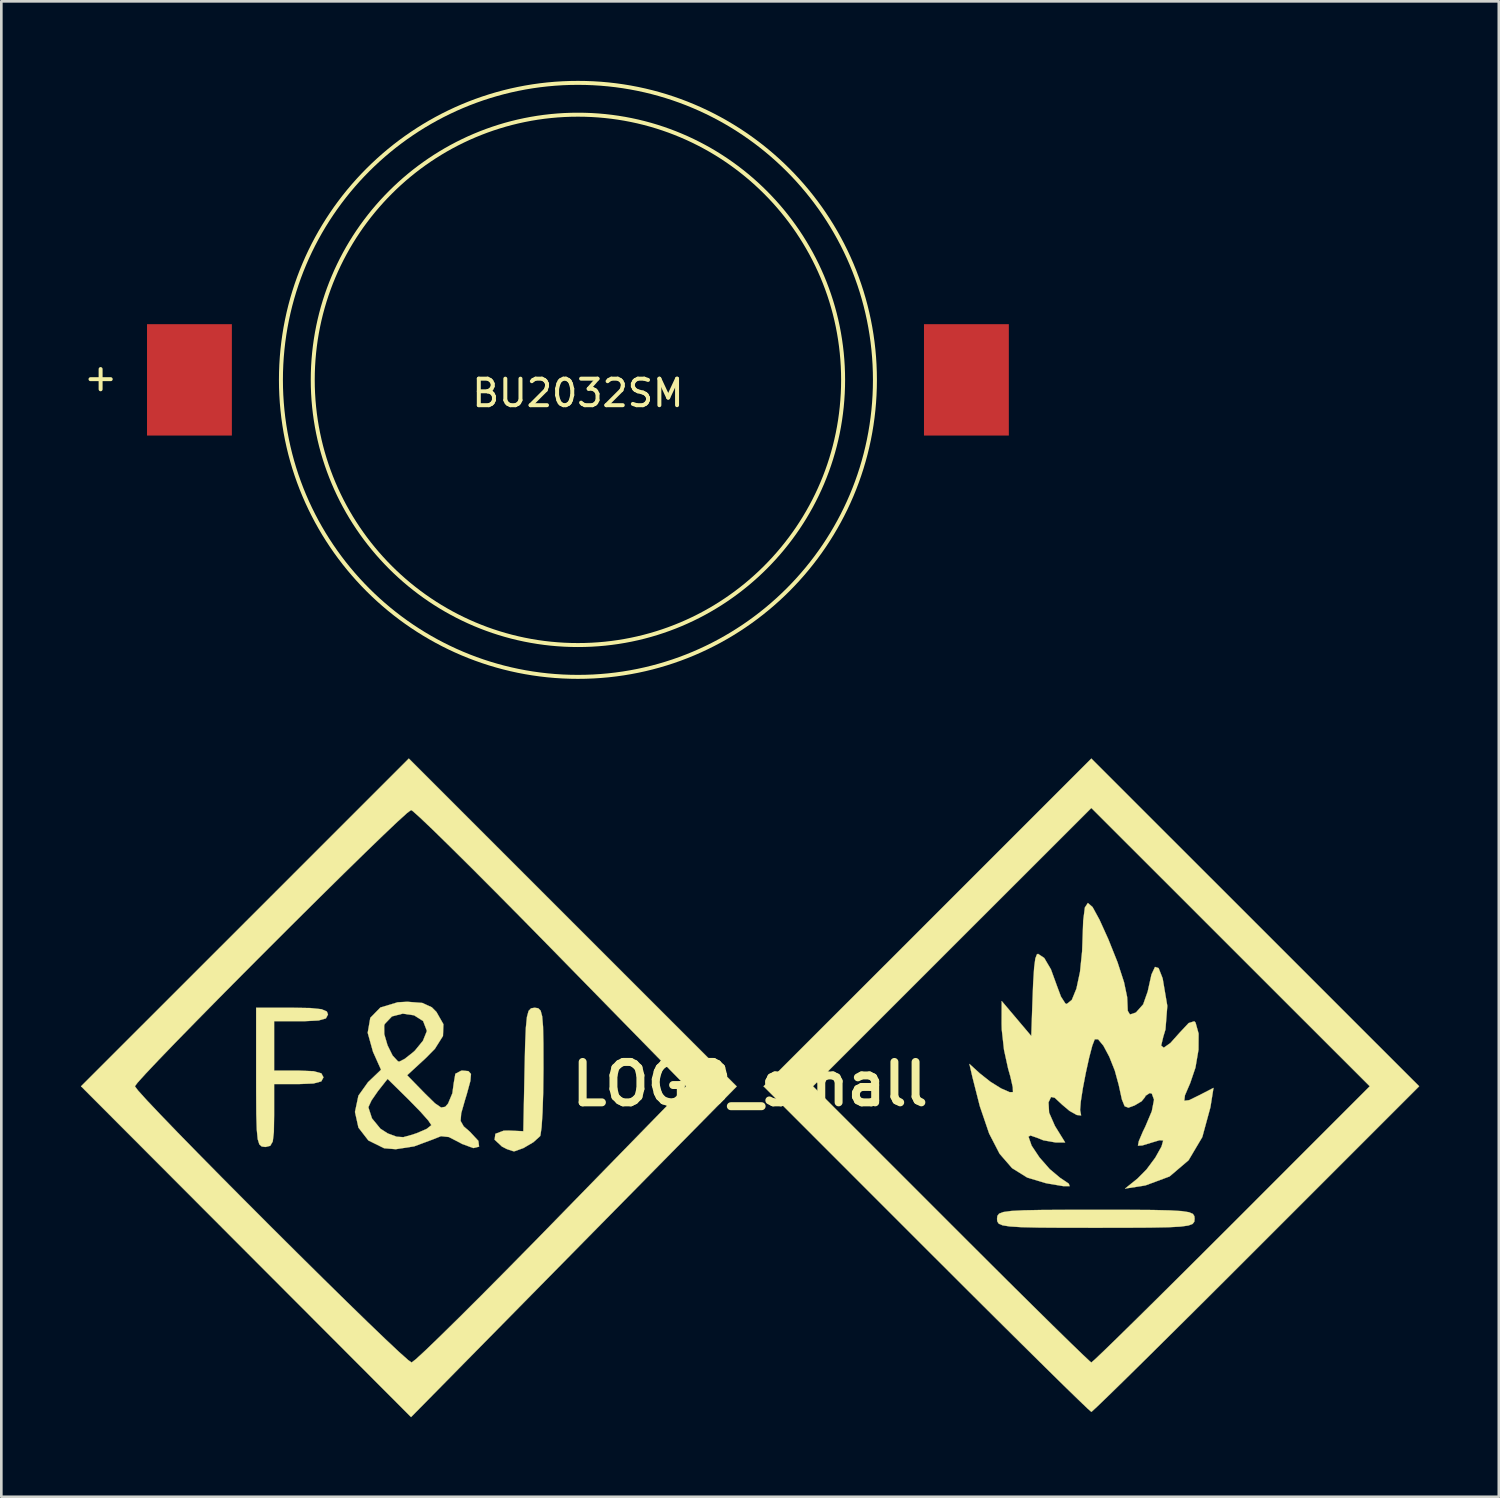
<source format=kicad_pcb>
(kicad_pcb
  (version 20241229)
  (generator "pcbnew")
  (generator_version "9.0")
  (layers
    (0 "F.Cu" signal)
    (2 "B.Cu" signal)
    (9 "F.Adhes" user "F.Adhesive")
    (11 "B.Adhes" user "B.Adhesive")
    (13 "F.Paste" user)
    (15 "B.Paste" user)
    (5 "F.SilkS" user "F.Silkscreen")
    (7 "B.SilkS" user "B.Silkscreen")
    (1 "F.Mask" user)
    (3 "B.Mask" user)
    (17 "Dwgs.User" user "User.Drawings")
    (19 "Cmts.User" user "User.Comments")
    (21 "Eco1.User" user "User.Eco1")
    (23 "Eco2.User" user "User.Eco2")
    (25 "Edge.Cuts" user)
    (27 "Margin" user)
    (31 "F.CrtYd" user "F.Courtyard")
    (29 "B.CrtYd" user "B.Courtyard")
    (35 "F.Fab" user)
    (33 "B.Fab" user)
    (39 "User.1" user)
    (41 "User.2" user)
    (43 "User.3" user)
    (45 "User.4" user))
  (footprint "LOGO_small"
    (layer "F.Cu")
    (at 25.236 37.831)
    (property "Reference" "LOGO_small" (at 0 0 0) (layer "F.SilkS") (effects (font (size 1.524 1.524) (thickness 0.3))))
    (attr through_hole)
    (fp_poly (pts (xy -7.99 -2.86) (xy -7.898 -2.769) (xy -7.84 -2.552) (xy -7.807 -2.159) (xy -7.794 -1.535) (xy -7.792 -0.63) (xy -7.792 -0.55) (xy -7.802 0.314) (xy -7.826 1.061) (xy -7.862 1.623) (xy -7.906 1.933) (xy -7.919 1.964) (xy -8.17 2.191) (xy -8.547 2.413) (xy -8.876 2.532) (xy -8.921 2.535) (xy -9.169 2.453) (xy -9.356 2.357) (xy -9.635 2.097) (xy -9.604 1.875) (xy -9.29 1.757) (xy -9.102 1.753) (xy -8.551 1.778) (xy -8.504 -0.55) (xy -8.483 -1.48) (xy -8.456 -2.122) (xy -8.415 -2.531) (xy -8.353 -2.759) (xy -8.26 -2.857) (xy -8.127 -2.879) (xy -8.123 -2.879) (xy -7.99 -2.86)) (stroke (width 0.01) (type solid)) (fill yes) (layer "F.SilkS"))
    (fp_poly (pts (xy 14.253 4.742) (xy 15.17 4.748) (xy 15.831 4.763) (xy 16.279 4.79) (xy 16.554 4.833) (xy 16.699 4.895) (xy 16.755 4.982) (xy 16.764 5.08) (xy 16.752 5.19) (xy 16.687 5.274) (xy 16.528 5.334) (xy 16.233 5.375) (xy 15.76 5.4) (xy 15.069 5.413) (xy 14.117 5.418) (xy 13.039 5.419) (xy 11.825 5.418) (xy 10.908 5.412) (xy 10.246 5.397) (xy 9.799 5.37) (xy 9.523 5.327) (xy 9.378 5.265) (xy 9.322 5.178) (xy 9.313 5.08) (xy 9.326 4.97) (xy 9.391 4.886) (xy 9.55 4.826) (xy 9.845 4.785) (xy 10.317 4.76) (xy 11.008 4.747) (xy 11.96 4.742) (xy 13.039 4.741) (xy 14.253 4.742)) (stroke (width 0.01) (type solid)) (fill yes) (layer "F.SilkS"))
    (fp_poly (pts (xy -16.577 -2.867) (xy -16.16 -2.823) (xy -15.96 -2.737) (xy -15.917 -2.625) (xy -15.995 -2.477) (xy -16.272 -2.398) (xy -16.811 -2.371) (xy -16.933 -2.371) (xy -17.949 -2.371) (xy -17.949 -0.508) (xy -17.018 -0.508) (xy -16.456 -0.485) (xy -16.167 -0.405) (xy -16.087 -0.254) (xy -16.17 -0.101) (xy -16.464 -0.022) (xy -17.018 0) (xy -17.949 0) (xy -17.949 1.185) (xy -17.958 1.808) (xy -18 2.165) (xy -18.094 2.328) (xy -18.261 2.37) (xy -18.288 2.371) (xy -18.416 2.354) (xy -18.507 2.273) (xy -18.568 2.076) (xy -18.603 1.715) (xy -18.621 1.14) (xy -18.626 0.302) (xy -18.627 -0.254) (xy -18.627 -2.879) (xy -17.272 -2.879) (xy -16.577 -2.867)) (stroke (width 0.01) (type solid)) (fill yes) (layer "F.SilkS"))
    (fp_poly (pts (xy 19.05 -6.096) (xy 25.231 0.083) (xy 19.093 6.222) (xy 17.904 7.41) (xy 16.787 8.523) (xy 15.765 9.537) (xy 14.862 10.431) (xy 14.1 11.181) (xy 13.501 11.766) (xy 13.089 12.163) (xy 12.886 12.35) (xy 12.869 12.361) (xy 12.736 12.245) (xy 12.387 11.911) (xy 11.844 11.383) (xy 11.131 10.682) (xy 10.269 9.83) (xy 9.282 8.851) (xy 8.193 7.767) (xy 7.024 6.6) (xy 6.645 6.222) (xy 0.508 0.083) (xy 0.508 0.083) (xy 2.371 0.083) (xy 7.577 5.291) (xy 8.67 6.382) (xy 9.689 7.397) (xy 10.61 8.309) (xy 11.406 9.094) (xy 12.055 9.729) (xy 12.53 10.188) (xy 12.807 10.448) (xy 12.869 10.499) (xy 13.003 10.383) (xy 13.352 10.051) (xy 13.889 9.529) (xy 14.592 8.839) (xy 15.434 8.007) (xy 16.391 7.057) (xy 17.439 6.013) (xy 18.162 5.291) (xy 23.368 0.083) (xy 12.869 -10.412) (xy 7.62 -5.165) (xy 2.371 0.083) (xy 0.508 0.083) (xy 6.689 -6.096) (xy 12.869 -12.275) (xy 19.05 -6.096)) (stroke (width 0.01) (type solid)) (fill yes) (layer "F.SilkS"))
    (fp_poly (pts (xy -0.504 0.089) (xy -6.645 6.323) (xy -12.785 12.558) (xy -19.008 6.321) (xy -25.231 0.083) (xy -25.23 0.083) (xy -23.199 0.083) (xy -23.082 0.24) (xy -22.754 0.604) (xy -22.243 1.144) (xy -21.581 1.831) (xy -20.797 2.633) (xy -19.921 3.521) (xy -18.983 4.465) (xy -18.015 5.434) (xy -17.045 6.399) (xy -16.105 7.329) (xy -15.223 8.195) (xy -14.431 8.966) (xy -13.759 9.611) (xy -13.237 10.102) (xy -12.894 10.407) (xy -12.765 10.499) (xy -12.61 10.381) (xy -12.245 10.045) (xy -11.695 9.515) (xy -10.985 8.817) (xy -10.14 7.975) (xy -9.186 7.014) (xy -8.147 5.959) (xy -7.494 5.291) (xy -2.413 0.083) (xy -7.514 -5.129) (xy -8.593 -6.228) (xy -9.602 -7.247) (xy -10.516 -8.163) (xy -11.31 -8.95) (xy -11.958 -9.584) (xy -12.436 -10.039) (xy -12.718 -10.292) (xy -12.784 -10.335) (xy -12.939 -10.218) (xy -13.302 -9.889) (xy -13.84 -9.378) (xy -14.525 -8.716) (xy -15.327 -7.932) (xy -16.214 -7.057) (xy -17.157 -6.121) (xy -18.126 -5.154) (xy -19.091 -4.186) (xy -20.022 -3.247) (xy -20.888 -2.367) (xy -21.66 -1.577) (xy -22.306 -0.907) (xy -22.798 -0.386) (xy -23.105 -0.045) (xy -23.199 0.083) (xy -25.23 0.083) (xy -19.05 -6.096) (xy -12.869 -12.276) (xy -0.504 0.089)) (stroke (width 0.01) (type solid)) (fill yes) (layer "F.SilkS"))
    (fp_poly (pts (xy -12.362 -3.06) (xy -12.001 -2.895) (xy -11.827 -2.719) (xy -11.565 -2.258) (xy -11.581 -1.814) (xy -11.886 -1.329) (xy -12.223 -0.987) (xy -12.932 -0.333) (xy -12.268 0.348) (xy -11.883 0.725) (xy -11.651 0.884) (xy -11.497 0.857) (xy -11.39 0.736) (xy -11.227 0.347) (xy -11.176 -0.032) (xy -11.114 -0.389) (xy -10.891 -0.506) (xy -10.837 -0.508) (xy -10.62 -0.488) (xy -10.525 -0.381) (xy -10.548 -0.117) (xy -10.682 0.375) (xy -10.753 0.608) (xy -10.894 1.102) (xy -10.916 1.391) (xy -10.8 1.594) (xy -10.562 1.802) (xy -10.247 2.141) (xy -10.219 2.36) (xy -10.439 2.413) (xy -10.862 2.257) (xy -10.946 2.21) (xy -11.36 1.997) (xy -11.656 1.965) (xy -11.989 2.097) (xy -12.668 2.349) (xy -13.36 2.456) (xy -13.801 2.42) (xy -14.395 2.126) (xy -14.769 1.642) (xy -14.9 1.051) (xy -14.864 0.881) (xy -14.393 0.881) (xy -14.259 1.293) (xy -13.938 1.685) (xy -13.663 1.861) (xy -13.327 1.985) (xy -13.077 2.002) (xy -12.745 1.911) (xy -12.556 1.846) (xy -12.194 1.689) (xy -12.024 1.554) (xy -12.023 1.543) (xy -12.135 1.374) (xy -12.429 1.043) (xy -12.841 0.621) (xy -12.846 0.615) (xy -13.67 -0.196) (xy -14.032 0.263) (xy -14.277 0.617) (xy -14.392 0.866) (xy -14.393 0.881) (xy -14.864 0.881) (xy -14.77 0.437) (xy -14.409 -0.07) (xy -13.917 -0.541) (xy -14.22 -1.218) (xy -14.42 -1.935) (xy -14.372 -2.209) (xy -13.798 -2.209) (xy -13.795 -1.882) (xy -13.672 -1.462) (xy -13.482 -1.078) (xy -13.281 -0.86) (xy -13.228 -0.847) (xy -13.022 -0.952) (xy -12.697 -1.21) (xy -12.64 -1.262) (xy -12.337 -1.633) (xy -12.194 -1.986) (xy -12.192 -2.018) (xy -12.33 -2.376) (xy -12.67 -2.593) (xy -13.099 -2.656) (xy -13.506 -2.551) (xy -13.777 -2.266) (xy -13.798 -2.209) (xy -14.372 -2.209) (xy -14.322 -2.498) (xy -13.941 -2.888) (xy -13.289 -3.084) (xy -12.925 -3.104) (xy -12.362 -3.06)) (stroke (width 0.01) (type solid)) (fill yes) (layer "F.SilkS"))
    (fp_poly (pts (xy 12.916 -6.675) (xy 13.177 -6.197) (xy 13.509 -5.464) (xy 13.857 -4.594) (xy 14.102 -3.841) (xy 14.219 -3.283) (xy 14.225 -3.169) (xy 14.242 -2.762) (xy 14.326 -2.625) (xy 14.526 -2.69) (xy 14.555 -2.705) (xy 14.823 -3.005) (xy 14.998 -3.501) (xy 15 -3.516) (xy 15.137 -4.134) (xy 15.27 -4.418) (xy 15.405 -4.375) (xy 15.549 -4.01) (xy 15.561 -3.97) (xy 15.734 -2.949) (xy 15.664 -2.056) (xy 15.583 -1.789) (xy 15.502 -1.45) (xy 15.601 -1.372) (xy 15.852 -1.55) (xy 16.201 -1.94) (xy 16.539 -2.301) (xy 16.749 -2.368) (xy 16.798 -2.321) (xy 16.914 -1.903) (xy 16.91 -1.295) (xy 16.795 -0.621) (xy 16.599 -0.042) (xy 16.398 0.426) (xy 16.374 0.629) (xy 16.559 0.606) (xy 16.959 0.41) (xy 17.476 0.143) (xy 17.359 0.876) (xy 17.053 2) (xy 16.536 2.873) (xy 15.819 3.484) (xy 14.913 3.82) (xy 14.781 3.843) (xy 14.139 3.942) (xy 14.608 3.565) (xy 14.952 3.217) (xy 15.281 2.773) (xy 15.515 2.355) (xy 15.579 2.129) (xy 15.443 2.117) (xy 15.132 2.21) (xy 14.79 2.315) (xy 14.626 2.322) (xy 14.66 2.15) (xy 14.814 1.788) (xy 14.904 1.604) (xy 15.149 1.024) (xy 15.233 0.59) (xy 15.15 0.36) (xy 15.071 0.339) (xy 14.906 0.447) (xy 14.901 0.481) (xy 14.765 0.649) (xy 14.498 0.807) (xy 14.267 0.891) (xy 14.125 0.836) (xy 14.021 0.579) (xy 13.906 0.054) (xy 13.901 0.03) (xy 13.753 -0.511) (xy 13.547 -1.029) (xy 13.324 -1.447) (xy 13.124 -1.688) (xy 12.999 -1.691) (xy 12.906 -1.454) (xy 12.787 -0.999) (xy 12.661 -0.427) (xy 12.548 0.161) (xy 12.47 0.663) (xy 12.445 0.979) (xy 12.455 1.03) (xy 12.484 1.183) (xy 12.32 1.166) (xy 12.044 1.01) (xy 11.768 0.777) (xy 11.488 0.516) (xy 11.35 0.487) (xy 11.261 0.675) (xy 11.255 0.694) (xy 11.276 1.077) (xy 11.494 1.574) (xy 11.516 1.611) (xy 11.881 2.201) (xy 11.517 2.201) (xy 11.058 2.12) (xy 10.826 2.026) (xy 10.572 1.939) (xy 10.499 1.984) (xy 10.617 2.322) (xy 10.913 2.766) (xy 11.301 3.208) (xy 11.697 3.54) (xy 11.725 3.557) (xy 12.018 3.756) (xy 12.052 3.85) (xy 11.806 3.848) (xy 11.257 3.756) (xy 11.148 3.735) (xy 10.45 3.525) (xy 9.88 3.17) (xy 9.41 2.629) (xy 9.014 1.863) (xy 8.663 0.832) (xy 8.387 -0.254) (xy 8.27 -0.762) (xy 8.665 -0.402) (xy 9.059 -0.09) (xy 9.468 0.165) (xy 9.791 0.306) (xy 9.914 0.302) (xy 9.906 0.118) (xy 9.816 -0.283) (xy 9.73 -0.585) (xy 9.576 -1.29) (xy 9.491 -2.053) (xy 9.485 -2.271) (xy 9.488 -3.133) (xy 10.046 -2.473) (xy 10.604 -1.813) (xy 10.642 -2.938) (xy 10.675 -3.811) (xy 10.712 -4.394) (xy 10.757 -4.737) (xy 10.816 -4.89) (xy 10.859 -4.911) (xy 11.094 -4.754) (xy 11.345 -4.328) (xy 11.562 -3.731) (xy 11.723 -3.299) (xy 11.885 -3.046) (xy 11.938 -3.019) (xy 12.132 -3.173) (xy 12.306 -3.598) (xy 12.441 -4.228) (xy 12.52 -4.997) (xy 12.533 -5.334) (xy 12.562 -6.162) (xy 12.625 -6.659) (xy 12.738 -6.83) (xy 12.916 -6.675)) (stroke (width 0.01) (type solid)) (fill yes) (layer "F.SilkS")))
  (footprint "BU2032SM"
    (layer "F.Cu")
    (at 18.744 11.275)
    (property "Reference" "BU2032SM" (at 0 0.5 0) (layer "F.SilkS") (effects (font (size 1 1) (thickness 0.15))))
    (attr smd)
    (fp_circle (center 0 0) (end 10 0) (stroke (width 0.15) (type solid)) (fill no) (layer "F.SilkS"))
    (fp_circle (center 0 0) (end 11.2 0) (stroke (width 0.15) (type solid)) (fill no) (layer "F.SilkS"))
    (fp_text user "+" (at -18 -0.1 0) (layer "F.SilkS") (effects (font (size 1 1) (thickness 0.15))))
    (pad "1" smd rect (at -14.65 0) (size 3.2 4.2) (layers "F.Cu" "F.Mask" "F.Paste"))
    (pad "2" smd rect (at 14.65 0) (size 3.2 4.2) (layers "F.Cu" "F.Mask" "F.Paste")))
  (gr_rect
    (start -3 -3)
    (end 53.471 53.394)
    (stroke (width 0.1) (type default))
    (fill no)
    (layer "Edge.Cuts")))
</source>
